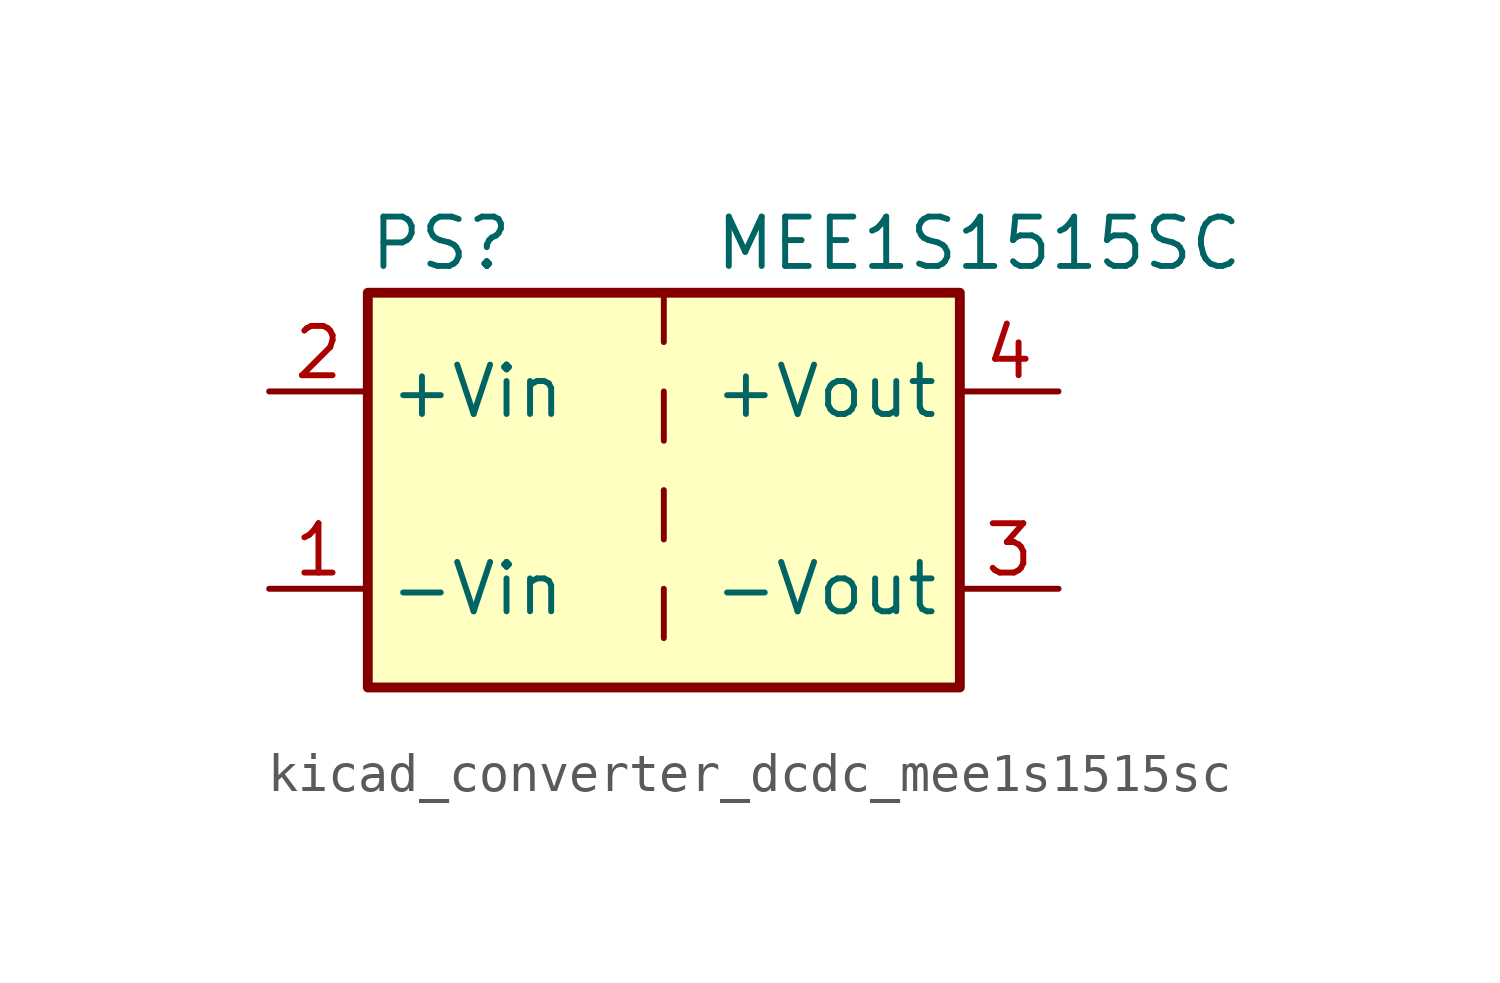
<source format=kicad_sym>
(kicad_symbol_lib
  (version 20220914)
  (generator kicad_symbol_editor)
  (symbol "kicad_converter_dcdc_mee1s1515sc"
    (property "Reference" "PS"
      (at -7.62 6.35 0)
      (effects (font (size 1.27 1.27)) (justify left)))
    (property "Value" "MEE1S1515SC"
      (at 1.27 6.35 0)
      (effects (font (size 1.27 1.27)) (justify left)))
    (symbol "kicad_converter_dcdc_mee1s1515sc_0_0"
      (pin power_in line (at -10.16 -2.54 0) (length 2.54) (name "-Vin" (effects (font (size 1.27 1.27)))) (number "1" (effects (font (size 1.27 1.27)))))
      (pin power_in line (at -10.16 2.54 0) (length 2.54) (name "+Vin" (effects (font (size 1.27 1.27)))) (number "2" (effects (font (size 1.27 1.27)))))
      (pin power_out line (at 10.16 -2.54 180) (length 2.54) (name "-Vout" (effects (font (size 1.27 1.27)))) (number "3" (effects (font (size 1.27 1.27)))))
      (pin power_out line (at 10.16 2.54 180) (length 2.54) (name "+Vout" (effects (font (size 1.27 1.27)))) (number "4" (effects (font (size 1.27 1.27))))))
    (symbol "kicad_converter_dcdc_mee1s1515sc_0_1"
      (rectangle (start -7.62 5.08) (end 7.62 -5.08) (stroke (width 0.254) (type default)) (fill (type background)))
      (polyline (pts (xy 0 -2.54) (xy 0 -3.81)) (stroke (width 0) (type default)) (fill (type none)))
      (polyline (pts (xy 0 0) (xy 0 -1.27)) (stroke (width 0) (type default)) (fill (type none)))
      (polyline (pts (xy 0 2.54) (xy 0 1.27)) (stroke (width 0) (type default)) (fill (type none)))
      (polyline (pts (xy 0 5.08) (xy 0 3.81)) (stroke (width 0) (type default)) (fill (type none))))))
</source>
